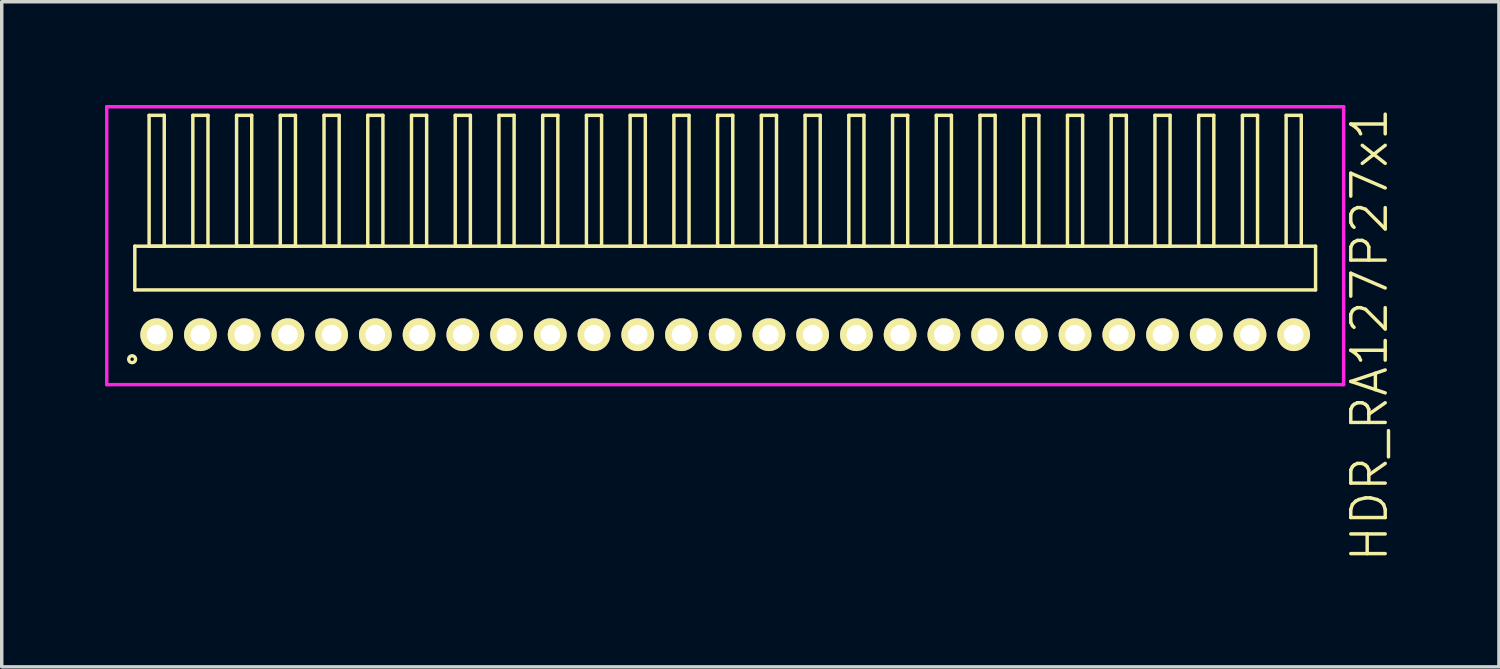
<source format=kicad_pcb>
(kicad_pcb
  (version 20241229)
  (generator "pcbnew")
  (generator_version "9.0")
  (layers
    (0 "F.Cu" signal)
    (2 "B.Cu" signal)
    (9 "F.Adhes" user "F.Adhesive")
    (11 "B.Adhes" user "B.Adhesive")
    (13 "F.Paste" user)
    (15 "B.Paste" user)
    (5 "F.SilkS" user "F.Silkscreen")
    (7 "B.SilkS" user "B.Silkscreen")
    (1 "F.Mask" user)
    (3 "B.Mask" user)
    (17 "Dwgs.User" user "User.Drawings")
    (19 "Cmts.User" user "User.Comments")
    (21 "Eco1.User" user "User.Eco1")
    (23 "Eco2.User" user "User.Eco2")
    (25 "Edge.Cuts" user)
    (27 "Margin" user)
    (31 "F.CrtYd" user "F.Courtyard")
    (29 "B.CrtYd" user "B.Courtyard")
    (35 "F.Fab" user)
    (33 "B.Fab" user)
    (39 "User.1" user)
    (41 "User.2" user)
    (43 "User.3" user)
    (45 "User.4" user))
  (footprint "HDR_RA127P27x1"
    (layer "F.Cu")
    (at 18.01 6.67)
    (property "Reference" "HDR_RA127P27x1" (at 18.71 0 90) (layer "F.SilkS") (effects (font (size 1 1) (thickness 0.1))))
    (attr through_hole)
    (fp_line (start -17.145 -2.57) (end -17.145 -1.3) (stroke (width 0.1) (type solid)) (layer "F.SilkS"))
    (fp_line (start -17.145 -1.3) (end 17.145 -1.3) (stroke (width 0.1) (type solid)) (layer "F.SilkS"))
    (fp_line (start -16.73 -6.37) (end -16.73 -2.57) (stroke (width 0.1) (type solid)) (layer "F.SilkS"))
    (fp_line (start -16.73 -2.57) (end -16.29 -2.57) (stroke (width 0.1) (type solid)) (layer "F.SilkS"))
    (fp_line (start -16.29 -6.37) (end -16.73 -6.37) (stroke (width 0.1) (type solid)) (layer "F.SilkS"))
    (fp_line (start -16.29 -2.57) (end -16.29 -6.37) (stroke (width 0.1) (type solid)) (layer "F.SilkS"))
    (fp_line (start -15.46 -6.37) (end -15.46 -2.57) (stroke (width 0.1) (type solid)) (layer "F.SilkS"))
    (fp_line (start -15.46 -2.57) (end -15.02 -2.57) (stroke (width 0.1) (type solid)) (layer "F.SilkS"))
    (fp_line (start -15.02 -6.37) (end -15.46 -6.37) (stroke (width 0.1) (type solid)) (layer "F.SilkS"))
    (fp_line (start -15.02 -2.57) (end -15.02 -6.37) (stroke (width 0.1) (type solid)) (layer "F.SilkS"))
    (fp_line (start -14.19 -6.37) (end -14.19 -2.57) (stroke (width 0.1) (type solid)) (layer "F.SilkS"))
    (fp_line (start -14.19 -2.57) (end -13.75 -2.57) (stroke (width 0.1) (type solid)) (layer "F.SilkS"))
    (fp_line (start -13.75 -6.37) (end -14.19 -6.37) (stroke (width 0.1) (type solid)) (layer "F.SilkS"))
    (fp_line (start -13.75 -2.57) (end -13.75 -6.37) (stroke (width 0.1) (type solid)) (layer "F.SilkS"))
    (fp_line (start -12.92 -6.37) (end -12.92 -2.57) (stroke (width 0.1) (type solid)) (layer "F.SilkS"))
    (fp_line (start -12.92 -2.57) (end -12.48 -2.57) (stroke (width 0.1) (type solid)) (layer "F.SilkS"))
    (fp_line (start -12.48 -6.37) (end -12.92 -6.37) (stroke (width 0.1) (type solid)) (layer "F.SilkS"))
    (fp_line (start -12.48 -2.57) (end -12.48 -6.37) (stroke (width 0.1) (type solid)) (layer "F.SilkS"))
    (fp_line (start -11.65 -6.37) (end -11.65 -2.57) (stroke (width 0.1) (type solid)) (layer "F.SilkS"))
    (fp_line (start -11.65 -2.57) (end -11.21 -2.57) (stroke (width 0.1) (type solid)) (layer "F.SilkS"))
    (fp_line (start -11.21 -6.37) (end -11.65 -6.37) (stroke (width 0.1) (type solid)) (layer "F.SilkS"))
    (fp_line (start -11.21 -2.57) (end -11.21 -6.37) (stroke (width 0.1) (type solid)) (layer "F.SilkS"))
    (fp_line (start -10.38 -6.37) (end -10.38 -2.57) (stroke (width 0.1) (type solid)) (layer "F.SilkS"))
    (fp_line (start -10.38 -2.57) (end -9.94 -2.57) (stroke (width 0.1) (type solid)) (layer "F.SilkS"))
    (fp_line (start -9.94 -6.37) (end -10.38 -6.37) (stroke (width 0.1) (type solid)) (layer "F.SilkS"))
    (fp_line (start -9.94 -2.57) (end -9.94 -6.37) (stroke (width 0.1) (type solid)) (layer "F.SilkS"))
    (fp_line (start -9.11 -6.37) (end -9.11 -2.57) (stroke (width 0.1) (type solid)) (layer "F.SilkS"))
    (fp_line (start -9.11 -2.57) (end -8.67 -2.57) (stroke (width 0.1) (type solid)) (layer "F.SilkS"))
    (fp_line (start -8.67 -6.37) (end -9.11 -6.37) (stroke (width 0.1) (type solid)) (layer "F.SilkS"))
    (fp_line (start -8.67 -2.57) (end -8.67 -6.37) (stroke (width 0.1) (type solid)) (layer "F.SilkS"))
    (fp_line (start -7.84 -6.37) (end -7.84 -2.57) (stroke (width 0.1) (type solid)) (layer "F.SilkS"))
    (fp_line (start -7.84 -2.57) (end -7.4 -2.57) (stroke (width 0.1) (type solid)) (layer "F.SilkS"))
    (fp_line (start -7.4 -6.37) (end -7.84 -6.37) (stroke (width 0.1) (type solid)) (layer "F.SilkS"))
    (fp_line (start -7.4 -2.57) (end -7.4 -6.37) (stroke (width 0.1) (type solid)) (layer "F.SilkS"))
    (fp_line (start -6.57 -6.37) (end -6.57 -2.57) (stroke (width 0.1) (type solid)) (layer "F.SilkS"))
    (fp_line (start -6.57 -2.57) (end -6.13 -2.57) (stroke (width 0.1) (type solid)) (layer "F.SilkS"))
    (fp_line (start -6.13 -6.37) (end -6.57 -6.37) (stroke (width 0.1) (type solid)) (layer "F.SilkS"))
    (fp_line (start -6.13 -2.57) (end -6.13 -6.37) (stroke (width 0.1) (type solid)) (layer "F.SilkS"))
    (fp_line (start -5.3 -6.37) (end -5.3 -2.57) (stroke (width 0.1) (type solid)) (layer "F.SilkS"))
    (fp_line (start -5.3 -2.57) (end -4.86 -2.57) (stroke (width 0.1) (type solid)) (layer "F.SilkS"))
    (fp_line (start -4.86 -6.37) (end -5.3 -6.37) (stroke (width 0.1) (type solid)) (layer "F.SilkS"))
    (fp_line (start -4.86 -2.57) (end -4.86 -6.37) (stroke (width 0.1) (type solid)) (layer "F.SilkS"))
    (fp_line (start -4.03 -6.37) (end -4.03 -2.57) (stroke (width 0.1) (type solid)) (layer "F.SilkS"))
    (fp_line (start -4.03 -2.57) (end -3.59 -2.57) (stroke (width 0.1) (type solid)) (layer "F.SilkS"))
    (fp_line (start -3.59 -6.37) (end -4.03 -6.37) (stroke (width 0.1) (type solid)) (layer "F.SilkS"))
    (fp_line (start -3.59 -2.57) (end -3.59 -6.37) (stroke (width 0.1) (type solid)) (layer "F.SilkS"))
    (fp_line (start -2.76 -6.37) (end -2.76 -2.57) (stroke (width 0.1) (type solid)) (layer "F.SilkS"))
    (fp_line (start -2.76 -2.57) (end -2.32 -2.57) (stroke (width 0.1) (type solid)) (layer "F.SilkS"))
    (fp_line (start -2.32 -6.37) (end -2.76 -6.37) (stroke (width 0.1) (type solid)) (layer "F.SilkS"))
    (fp_line (start -2.32 -2.57) (end -2.32 -6.37) (stroke (width 0.1) (type solid)) (layer "F.SilkS"))
    (fp_line (start -1.49 -6.37) (end -1.49 -2.57) (stroke (width 0.1) (type solid)) (layer "F.SilkS"))
    (fp_line (start -1.49 -2.57) (end -1.05 -2.57) (stroke (width 0.1) (type solid)) (layer "F.SilkS"))
    (fp_line (start -1.05 -6.37) (end -1.49 -6.37) (stroke (width 0.1) (type solid)) (layer "F.SilkS"))
    (fp_line (start -1.05 -2.57) (end -1.05 -6.37) (stroke (width 0.1) (type solid)) (layer "F.SilkS"))
    (fp_line (start -0.22 -6.37) (end -0.22 -2.57) (stroke (width 0.1) (type solid)) (layer "F.SilkS"))
    (fp_line (start -0.22 -2.57) (end 0.22 -2.57) (stroke (width 0.1) (type solid)) (layer "F.SilkS"))
    (fp_line (start 0.22 -6.37) (end -0.22 -6.37) (stroke (width 0.1) (type solid)) (layer "F.SilkS"))
    (fp_line (start 0.22 -2.57) (end 0.22 -6.37) (stroke (width 0.1) (type solid)) (layer "F.SilkS"))
    (fp_line (start 1.05 -6.37) (end 1.05 -2.57) (stroke (width 0.1) (type solid)) (layer "F.SilkS"))
    (fp_line (start 1.05 -2.57) (end 1.49 -2.57) (stroke (width 0.1) (type solid)) (layer "F.SilkS"))
    (fp_line (start 1.49 -6.37) (end 1.05 -6.37) (stroke (width 0.1) (type solid)) (layer "F.SilkS"))
    (fp_line (start 1.49 -2.57) (end 1.49 -6.37) (stroke (width 0.1) (type solid)) (layer "F.SilkS"))
    (fp_line (start 2.32 -6.37) (end 2.32 -2.57) (stroke (width 0.1) (type solid)) (layer "F.SilkS"))
    (fp_line (start 2.32 -2.57) (end 2.76 -2.57) (stroke (width 0.1) (type solid)) (layer "F.SilkS"))
    (fp_line (start 2.76 -6.37) (end 2.32 -6.37) (stroke (width 0.1) (type solid)) (layer "F.SilkS"))
    (fp_line (start 2.76 -2.57) (end 2.76 -6.37) (stroke (width 0.1) (type solid)) (layer "F.SilkS"))
    (fp_line (start 3.59 -6.37) (end 3.59 -2.57) (stroke (width 0.1) (type solid)) (layer "F.SilkS"))
    (fp_line (start 3.59 -2.57) (end 4.03 -2.57) (stroke (width 0.1) (type solid)) (layer "F.SilkS"))
    (fp_line (start 4.03 -6.37) (end 3.59 -6.37) (stroke (width 0.1) (type solid)) (layer "F.SilkS"))
    (fp_line (start 4.03 -2.57) (end 4.03 -6.37) (stroke (width 0.1) (type solid)) (layer "F.SilkS"))
    (fp_line (start 4.86 -6.37) (end 4.86 -2.57) (stroke (width 0.1) (type solid)) (layer "F.SilkS"))
    (fp_line (start 4.86 -2.57) (end 5.3 -2.57) (stroke (width 0.1) (type solid)) (layer "F.SilkS"))
    (fp_line (start 5.3 -6.37) (end 4.86 -6.37) (stroke (width 0.1) (type solid)) (layer "F.SilkS"))
    (fp_line (start 5.3 -2.57) (end 5.3 -6.37) (stroke (width 0.1) (type solid)) (layer "F.SilkS"))
    (fp_line (start 6.13 -6.37) (end 6.13 -2.57) (stroke (width 0.1) (type solid)) (layer "F.SilkS"))
    (fp_line (start 6.13 -2.57) (end 6.57 -2.57) (stroke (width 0.1) (type solid)) (layer "F.SilkS"))
    (fp_line (start 6.57 -6.37) (end 6.13 -6.37) (stroke (width 0.1) (type solid)) (layer "F.SilkS"))
    (fp_line (start 6.57 -2.57) (end 6.57 -6.37) (stroke (width 0.1) (type solid)) (layer "F.SilkS"))
    (fp_line (start 7.4 -6.37) (end 7.4 -2.57) (stroke (width 0.1) (type solid)) (layer "F.SilkS"))
    (fp_line (start 7.4 -2.57) (end 7.84 -2.57) (stroke (width 0.1) (type solid)) (layer "F.SilkS"))
    (fp_line (start 7.84 -6.37) (end 7.4 -6.37) (stroke (width 0.1) (type solid)) (layer "F.SilkS"))
    (fp_line (start 7.84 -2.57) (end 7.84 -6.37) (stroke (width 0.1) (type solid)) (layer "F.SilkS"))
    (fp_line (start 8.67 -6.37) (end 8.67 -2.57) (stroke (width 0.1) (type solid)) (layer "F.SilkS"))
    (fp_line (start 8.67 -2.57) (end 9.11 -2.57) (stroke (width 0.1) (type solid)) (layer "F.SilkS"))
    (fp_line (start 9.11 -6.37) (end 8.67 -6.37) (stroke (width 0.1) (type solid)) (layer "F.SilkS"))
    (fp_line (start 9.11 -2.57) (end 9.11 -6.37) (stroke (width 0.1) (type solid)) (layer "F.SilkS"))
    (fp_line (start 9.94 -6.37) (end 9.94 -2.57) (stroke (width 0.1) (type solid)) (layer "F.SilkS"))
    (fp_line (start 9.94 -2.57) (end 10.38 -2.57) (stroke (width 0.1) (type solid)) (layer "F.SilkS"))
    (fp_line (start 10.38 -6.37) (end 9.94 -6.37) (stroke (width 0.1) (type solid)) (layer "F.SilkS"))
    (fp_line (start 10.38 -2.57) (end 10.38 -6.37) (stroke (width 0.1) (type solid)) (layer "F.SilkS"))
    (fp_line (start 11.21 -6.37) (end 11.21 -2.57) (stroke (width 0.1) (type solid)) (layer "F.SilkS"))
    (fp_line (start 11.21 -2.57) (end 11.65 -2.57) (stroke (width 0.1) (type solid)) (layer "F.SilkS"))
    (fp_line (start 11.65 -6.37) (end 11.21 -6.37) (stroke (width 0.1) (type solid)) (layer "F.SilkS"))
    (fp_line (start 11.65 -2.57) (end 11.65 -6.37) (stroke (width 0.1) (type solid)) (layer "F.SilkS"))
    (fp_line (start 12.48 -6.37) (end 12.48 -2.57) (stroke (width 0.1) (type solid)) (layer "F.SilkS"))
    (fp_line (start 12.48 -2.57) (end 12.92 -2.57) (stroke (width 0.1) (type solid)) (layer "F.SilkS"))
    (fp_line (start 12.92 -6.37) (end 12.48 -6.37) (stroke (width 0.1) (type solid)) (layer "F.SilkS"))
    (fp_line (start 12.92 -2.57) (end 12.92 -6.37) (stroke (width 0.1) (type solid)) (layer "F.SilkS"))
    (fp_line (start 13.75 -6.37) (end 13.75 -2.57) (stroke (width 0.1) (type solid)) (layer "F.SilkS"))
    (fp_line (start 13.75 -2.57) (end 14.19 -2.57) (stroke (width 0.1) (type solid)) (layer "F.SilkS"))
    (fp_line (start 14.19 -6.37) (end 13.75 -6.37) (stroke (width 0.1) (type solid)) (layer "F.SilkS"))
    (fp_line (start 14.19 -2.57) (end 14.19 -6.37) (stroke (width 0.1) (type solid)) (layer "F.SilkS"))
    (fp_line (start 15.02 -6.37) (end 15.02 -2.57) (stroke (width 0.1) (type solid)) (layer "F.SilkS"))
    (fp_line (start 15.02 -2.57) (end 15.46 -2.57) (stroke (width 0.1) (type solid)) (layer "F.SilkS"))
    (fp_line (start 15.46 -6.37) (end 15.02 -6.37) (stroke (width 0.1) (type solid)) (layer "F.SilkS"))
    (fp_line (start 15.46 -2.57) (end 15.46 -6.37) (stroke (width 0.1) (type solid)) (layer "F.SilkS"))
    (fp_line (start 16.29 -6.37) (end 16.29 -2.57) (stroke (width 0.1) (type solid)) (layer "F.SilkS"))
    (fp_line (start 16.29 -2.57) (end 16.73 -2.57) (stroke (width 0.1) (type solid)) (layer "F.SilkS"))
    (fp_line (start 16.73 -6.37) (end 16.29 -6.37) (stroke (width 0.1) (type solid)) (layer "F.SilkS"))
    (fp_line (start 16.73 -2.57) (end 16.73 -6.37) (stroke (width 0.1) (type solid)) (layer "F.SilkS"))
    (fp_line (start 17.145 -2.57) (end -17.145 -2.57) (stroke (width 0.1) (type solid)) (layer "F.SilkS"))
    (fp_line (start 17.145 -1.3) (end 17.145 -2.57) (stroke (width 0.1) (type solid)) (layer "F.SilkS"))
    (fp_circle (center -17.223 0.712) (end -17.123 0.712) (stroke (width 0.1) (type solid)) (fill no) (layer "F.SilkS"))
    (fp_line (start -17.96 -6.62) (end -17.96 1.45) (stroke (width 0.1) (type solid)) (layer "F.CrtYd"))
    (fp_line (start -17.96 1.45) (end 17.96 1.45) (stroke (width 0.1) (type solid)) (layer "F.CrtYd"))
    (fp_line (start 17.96 -6.62) (end -17.96 -6.62) (stroke (width 0.1) (type solid)) (layer "F.CrtYd"))
    (fp_line (start 17.96 1.45) (end 17.96 -6.62) (stroke (width 0.1) (type solid)) (layer "F.CrtYd"))
    (pad "1" thru_hole oval (at -16.51 0) (size 0.95 0.95) (drill 0.57) (layers "*.Cu" "*.Mask" "F.SilkS"))
    (pad "2" thru_hole oval (at -15.24 0) (size 0.95 0.95) (drill 0.57) (layers "*.Cu" "*.Mask" "F.SilkS"))
    (pad "3" thru_hole oval (at -13.97 0) (size 0.95 0.95) (drill 0.57) (layers "*.Cu" "*.Mask" "F.SilkS"))
    (pad "4" thru_hole oval (at -12.7 0) (size 0.95 0.95) (drill 0.57) (layers "*.Cu" "*.Mask" "F.SilkS"))
    (pad "5" thru_hole oval (at -11.43 0) (size 0.95 0.95) (drill 0.57) (layers "*.Cu" "*.Mask" "F.SilkS"))
    (pad "6" thru_hole oval (at -10.16 0) (size 0.95 0.95) (drill 0.57) (layers "*.Cu" "*.Mask" "F.SilkS"))
    (pad "7" thru_hole oval (at -8.89 0) (size 0.95 0.95) (drill 0.57) (layers "*.Cu" "*.Mask" "F.SilkS"))
    (pad "8" thru_hole oval (at -7.62 0) (size 0.95 0.95) (drill 0.57) (layers "*.Cu" "*.Mask" "F.SilkS"))
    (pad "9" thru_hole oval (at -6.35 0) (size 0.95 0.95) (drill 0.57) (layers "*.Cu" "*.Mask" "F.SilkS"))
    (pad "10" thru_hole oval (at -5.08 0) (size 0.95 0.95) (drill 0.57) (layers "*.Cu" "*.Mask" "F.SilkS"))
    (pad "11" thru_hole oval (at -3.81 0) (size 0.95 0.95) (drill 0.57) (layers "*.Cu" "*.Mask" "F.SilkS"))
    (pad "12" thru_hole oval (at -2.54 0) (size 0.95 0.95) (drill 0.57) (layers "*.Cu" "*.Mask" "F.SilkS"))
    (pad "13" thru_hole oval (at -1.27 0) (size 0.95 0.95) (drill 0.57) (layers "*.Cu" "*.Mask" "F.SilkS"))
    (pad "14" thru_hole oval (at 0 0) (size 0.95 0.95) (drill 0.57) (layers "*.Cu" "*.Mask" "F.SilkS"))
    (pad "15" thru_hole oval (at 1.27 0) (size 0.95 0.95) (drill 0.57) (layers "*.Cu" "*.Mask" "F.SilkS"))
    (pad "16" thru_hole oval (at 2.54 0) (size 0.95 0.95) (drill 0.57) (layers "*.Cu" "*.Mask" "F.SilkS"))
    (pad "17" thru_hole oval (at 3.81 0) (size 0.95 0.95) (drill 0.57) (layers "*.Cu" "*.Mask" "F.SilkS"))
    (pad "18" thru_hole oval (at 5.08 0) (size 0.95 0.95) (drill 0.57) (layers "*.Cu" "*.Mask" "F.SilkS"))
    (pad "19" thru_hole oval (at 6.35 0) (size 0.95 0.95) (drill 0.57) (layers "*.Cu" "*.Mask" "F.SilkS"))
    (pad "20" thru_hole oval (at 7.62 0) (size 0.95 0.95) (drill 0.57) (layers "*.Cu" "*.Mask" "F.SilkS"))
    (pad "21" thru_hole oval (at 8.89 0) (size 0.95 0.95) (drill 0.57) (layers "*.Cu" "*.Mask" "F.SilkS"))
    (pad "22" thru_hole oval (at 10.16 0) (size 0.95 0.95) (drill 0.57) (layers "*.Cu" "*.Mask" "F.SilkS"))
    (pad "23" thru_hole oval (at 11.43 0) (size 0.95 0.95) (drill 0.57) (layers "*.Cu" "*.Mask" "F.SilkS"))
    (pad "24" thru_hole oval (at 12.7 0) (size 0.95 0.95) (drill 0.57) (layers "*.Cu" "*.Mask" "F.SilkS"))
    (pad "25" thru_hole oval (at 13.97 0) (size 0.95 0.95) (drill 0.57) (layers "*.Cu" "*.Mask" "F.SilkS"))
    (pad "26" thru_hole oval (at 15.24 0) (size 0.95 0.95) (drill 0.57) (layers "*.Cu" "*.Mask" "F.SilkS"))
    (pad "27" thru_hole oval (at 16.51 0) (size 0.95 0.95) (drill 0.57) (layers "*.Cu" "*.Mask" "F.SilkS")))
  (gr_rect
    (start -3 -3)
    (end 40.48 16.315)
    (stroke (width 0.1) (type default))
    (fill no)
    (layer "Edge.Cuts")))
</source>
